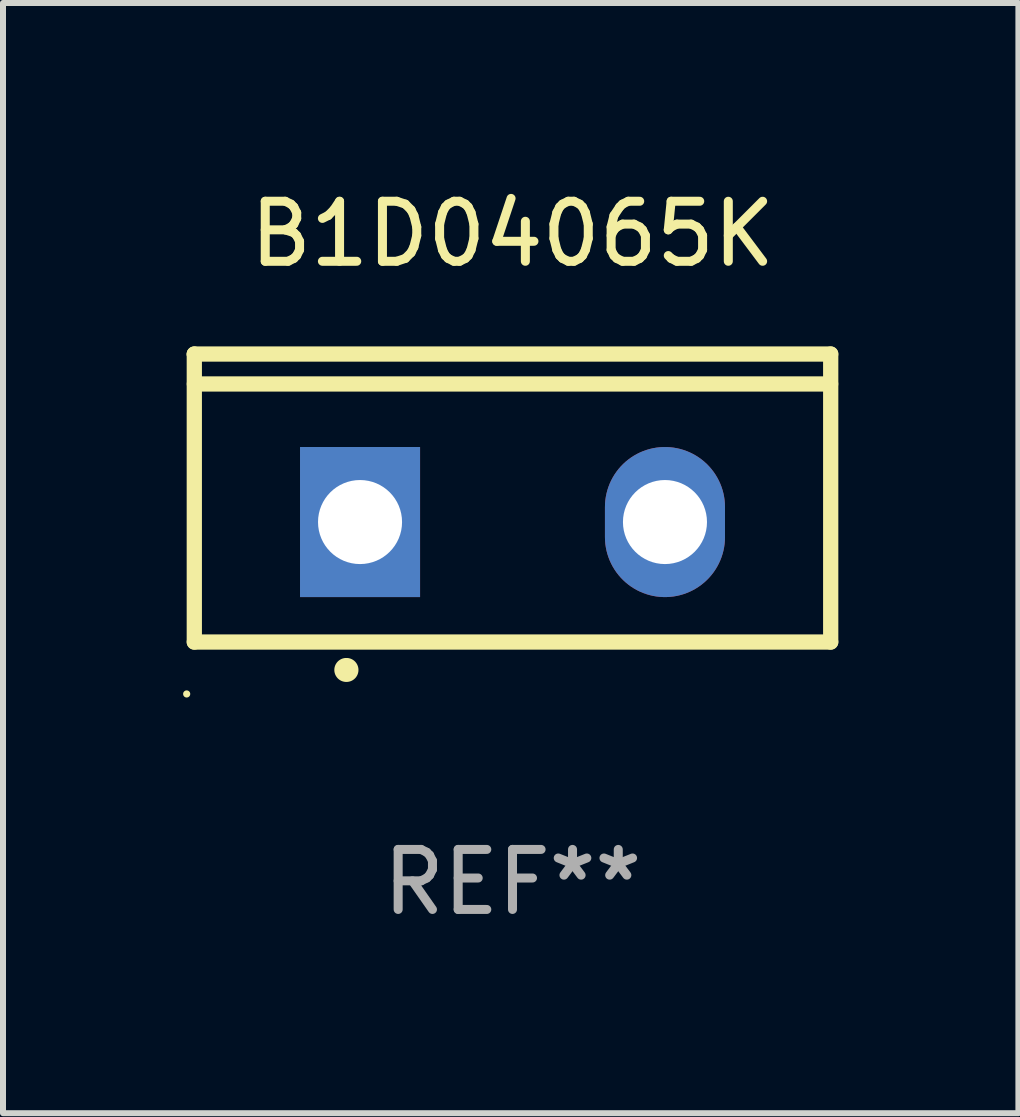
<source format=kicad_pcb>
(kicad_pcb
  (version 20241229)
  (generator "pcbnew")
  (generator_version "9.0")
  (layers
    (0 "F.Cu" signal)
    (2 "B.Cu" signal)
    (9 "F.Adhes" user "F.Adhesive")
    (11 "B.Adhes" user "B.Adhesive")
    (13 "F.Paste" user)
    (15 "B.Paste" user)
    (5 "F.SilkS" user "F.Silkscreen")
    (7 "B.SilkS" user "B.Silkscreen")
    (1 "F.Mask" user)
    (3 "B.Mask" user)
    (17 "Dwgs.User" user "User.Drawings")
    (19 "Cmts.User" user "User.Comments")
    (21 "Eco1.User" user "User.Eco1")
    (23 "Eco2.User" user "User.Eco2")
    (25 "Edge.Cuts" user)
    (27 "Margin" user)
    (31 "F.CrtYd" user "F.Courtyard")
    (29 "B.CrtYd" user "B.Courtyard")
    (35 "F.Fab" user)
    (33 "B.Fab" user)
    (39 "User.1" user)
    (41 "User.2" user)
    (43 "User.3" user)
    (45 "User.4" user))
  (footprint "B1D04065K"
    (layer "F.Cu")
    (at 5.488 5.247)
    (property "Reference" "B1D04065K" (at 0 -4.399 0) (layer "F.SilkS") (effects (font (size 1 1) (thickness 0.15))))
    (attr through_hole)
    (fp_line (start -5.301 -2.399) (end 5.301 -2.399) (stroke (width 0.254) (type solid)) (layer "F.SilkS"))
    (fp_line (start -5.301 -2.394) (end -5.301 -2.399) (stroke (width 0.254) (type solid)) (layer "F.SilkS"))
    (fp_line (start -5.301 2.399) (end -5.301 -2.394) (stroke (width 0.254) (type solid)) (layer "F.SilkS"))
    (fp_line (start 5.3 -1.9) (end -5.3 -1.9) (stroke (width 0.254) (type solid)) (layer "F.SilkS"))
    (fp_line (start 5.301 -2.399) (end 5.301 2.399) (stroke (width 0.254) (type solid)) (layer "F.SilkS"))
    (fp_line (start 5.301 2.399) (end -5.301 2.399) (stroke (width 0.254) (type solid)) (layer "F.SilkS"))
    (fp_arc (start -2.768606 2.863843) (mid -2.767336 2.863839) (end -2.766066 2.863843) (stroke (width 0.4) (type solid)) (layer "F.SilkS"))
    (fp_circle (center -5.428 3.264) (end -5.398 3.264) (stroke (width 0.06) (type solid)) (fill no) (layer "F.SilkS"))
    (fp_text user "REF**" (at 0 6.399 0) (layer "F.Fab") (effects (font (size 1 1) (thickness 0.15))))
    (pad "1" thru_hole rect (at -2.54 0.4) (size 2 2.5) (drill 1.4) (layers "*.Cu" "*.Mask"))
    (pad "2" thru_hole oval (at 2.54 0.4) (size 2 2.5) (drill 1.4) (layers "*.Cu" "*.Mask")))
  (gr_rect
    (start -3 -3)
    (end 13.916 15.495)
    (stroke (width 0.1) (type default))
    (fill no)
    (layer "Edge.Cuts")))
</source>
